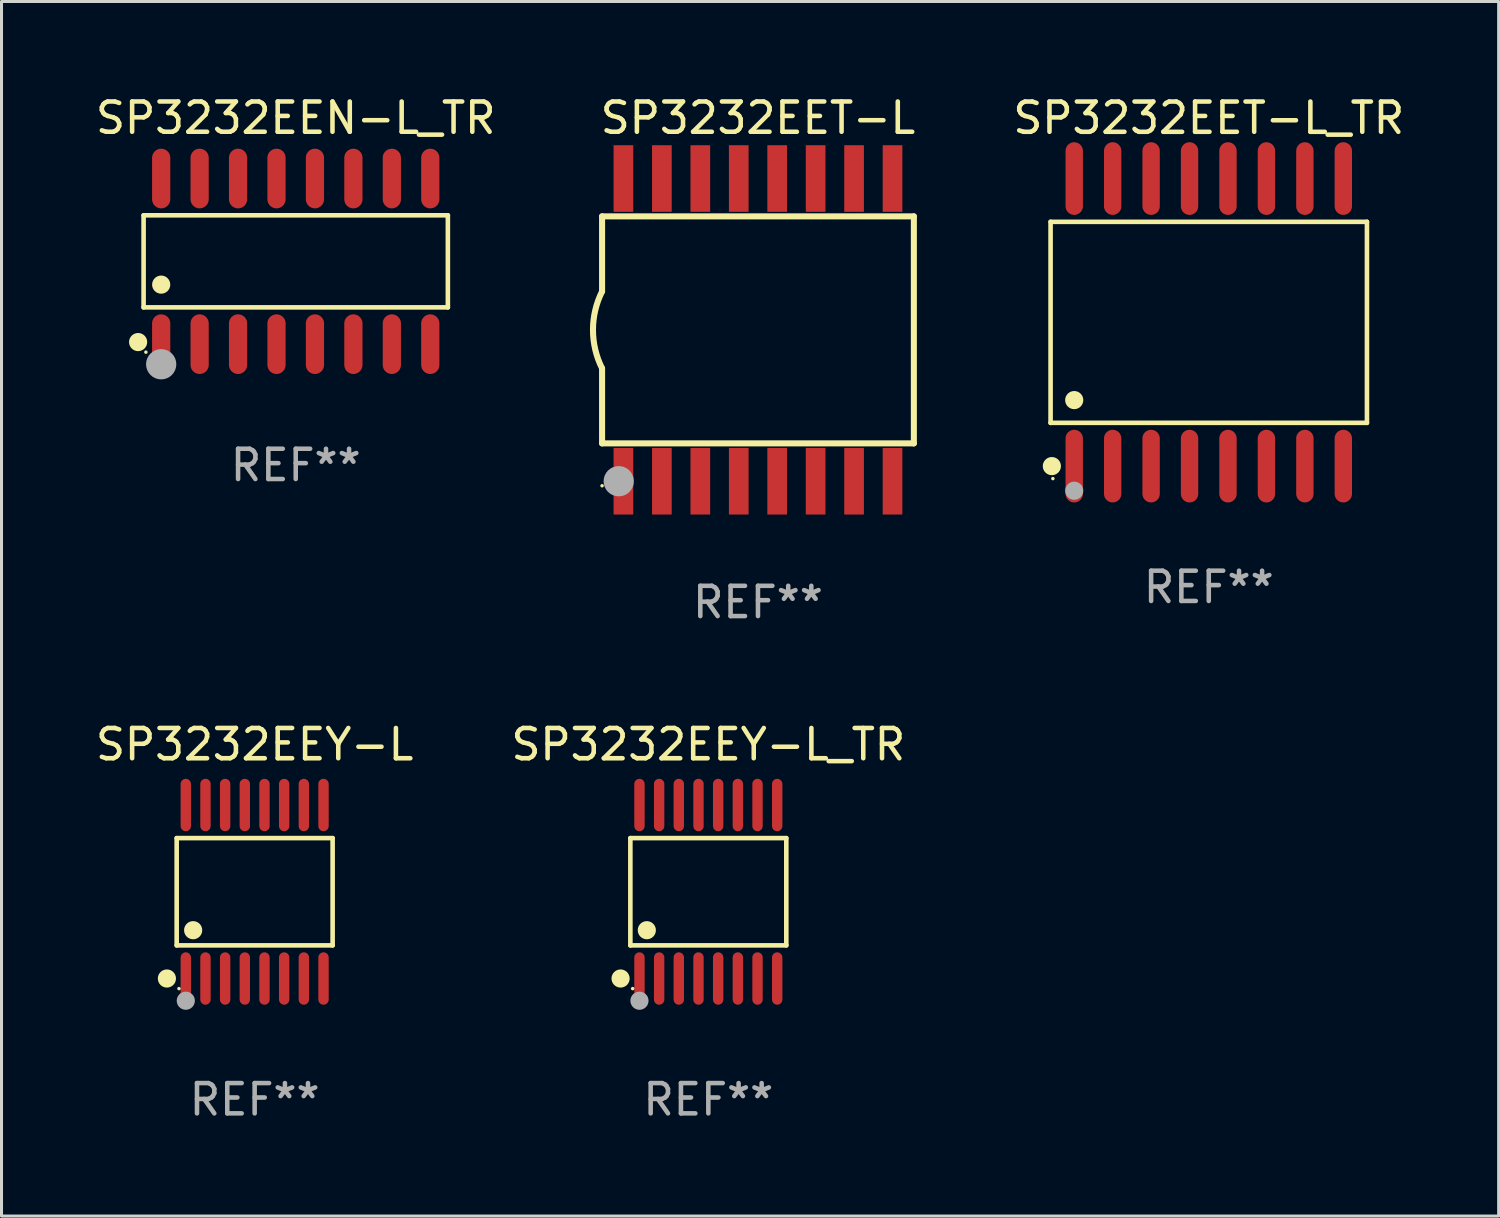
<source format=kicad_pcb>
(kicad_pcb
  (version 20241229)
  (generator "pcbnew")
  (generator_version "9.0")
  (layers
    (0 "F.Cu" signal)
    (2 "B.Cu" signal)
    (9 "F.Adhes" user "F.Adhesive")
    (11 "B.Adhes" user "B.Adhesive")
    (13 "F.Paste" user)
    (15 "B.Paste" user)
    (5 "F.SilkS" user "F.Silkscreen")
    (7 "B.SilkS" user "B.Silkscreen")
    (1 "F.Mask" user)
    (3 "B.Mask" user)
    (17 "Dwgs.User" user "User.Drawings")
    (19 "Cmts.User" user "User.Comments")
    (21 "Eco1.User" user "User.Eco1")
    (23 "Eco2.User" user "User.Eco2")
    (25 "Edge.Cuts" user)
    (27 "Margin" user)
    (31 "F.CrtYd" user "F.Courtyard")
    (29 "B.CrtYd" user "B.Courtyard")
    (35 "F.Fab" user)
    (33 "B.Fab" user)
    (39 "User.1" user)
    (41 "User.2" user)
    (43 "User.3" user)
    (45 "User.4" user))
  (footprint "SP3232EET-L_TR"
    (layer "F.Cu")
    (at 36.884 7.599)
    (property "Reference" "SP3232EET-L_TR" (at 0 -6.75 0) (layer "F.SilkS") (effects (font (size 1 1) (thickness 0.15))))
    (attr through_hole)
    (fp_line (start -5.226 -3.321) (end 5.226 -3.321) (stroke (width 0.152) (type solid)) (layer "F.SilkS"))
    (fp_line (start -5.226 3.321) (end -5.226 -3.321) (stroke (width 0.152) (type solid)) (layer "F.SilkS"))
    (fp_line (start 5.226 -3.321) (end 5.226 3.321) (stroke (width 0.152) (type solid)) (layer "F.SilkS"))
    (fp_line (start 5.226 3.321) (end -5.226 3.321) (stroke (width 0.152) (type solid)) (layer "F.SilkS"))
    (fp_circle (center -5.184 4.75) (end -5.034 4.75) (stroke (width 0.3) (type solid)) (fill no) (layer "F.SilkS"))
    (fp_circle (center -5.15 5.163) (end -5.12 5.163) (stroke (width 0.06) (type solid)) (fill no) (layer "F.SilkS"))
    (fp_circle (center -4.445 2.569) (end -4.295 2.569) (stroke (width 0.3) (type solid)) (fill no) (layer "F.SilkS"))
    (fp_circle (center -4.445 5.563) (end -4.295 5.563) (stroke (width 0.3) (type solid)) (fill no) (layer "F.Fab"))
    (fp_text user "REF**" (at 0 8.75 0) (layer "F.Fab") (effects (font (size 1 1) (thickness 0.15))))
    (pad "1" smd oval (at -4.445 4.75) (size 0.574 2.401) (layers "F.Cu" "F.Mask" "F.Paste"))
    (pad "2" smd oval (at -3.175 4.75) (size 0.574 2.401) (layers "F.Cu" "F.Mask" "F.Paste"))
    (pad "3" smd oval (at -1.905 4.75) (size 0.574 2.401) (layers "F.Cu" "F.Mask" "F.Paste"))
    (pad "4" smd oval (at -0.635 4.75) (size 0.574 2.401) (layers "F.Cu" "F.Mask" "F.Paste"))
    (pad "5" smd oval (at 0.635 4.75) (size 0.574 2.401) (layers "F.Cu" "F.Mask" "F.Paste"))
    (pad "6" smd oval (at 1.905 4.75) (size 0.574 2.401) (layers "F.Cu" "F.Mask" "F.Paste"))
    (pad "7" smd oval (at 3.175 4.75) (size 0.574 2.401) (layers "F.Cu" "F.Mask" "F.Paste"))
    (pad "8" smd oval (at 4.445 4.75) (size 0.574 2.401) (layers "F.Cu" "F.Mask" "F.Paste"))
    (pad "9" smd oval (at 4.445 -4.75) (size 0.574 2.401) (layers "F.Cu" "F.Mask" "F.Paste"))
    (pad "10" smd oval (at 3.175 -4.75) (size 0.574 2.401) (layers "F.Cu" "F.Mask" "F.Paste"))
    (pad "11" smd oval (at 1.905 -4.75) (size 0.574 2.401) (layers "F.Cu" "F.Mask" "F.Paste"))
    (pad "12" smd oval (at 0.635 -4.75) (size 0.574 2.401) (layers "F.Cu" "F.Mask" "F.Paste"))
    (pad "13" smd oval (at -0.635 -4.75) (size 0.574 2.401) (layers "F.Cu" "F.Mask" "F.Paste"))
    (pad "14" smd oval (at -1.905 -4.75) (size 0.574 2.401) (layers "F.Cu" "F.Mask" "F.Paste"))
    (pad "15" smd oval (at -3.175 -4.75) (size 0.574 2.401) (layers "F.Cu" "F.Mask" "F.Paste"))
    (pad "16" smd oval (at -4.445 -4.75) (size 0.574 2.401) (layers "F.Cu" "F.Mask" "F.Paste")))
  (footprint "SP3232EET-L"
    (layer "F.Cu")
    (at 21.991 7.848)
    (property "Reference" "SP3232EET-L" (at 0 -7 0) (layer "F.SilkS") (effects (font (size 1 1) (thickness 0.15))))
    (attr through_hole)
    (fp_line (start -5.15 -3.75) (end -5.15 -1.27) (stroke (width 0.2) (type solid)) (layer "F.SilkS"))
    (fp_line (start -5.15 -3.75) (end 5.15 -3.75) (stroke (width 0.2) (type solid)) (layer "F.SilkS"))
    (fp_line (start -5.15 3.75) (end -5.15 1.27) (stroke (width 0.2) (type solid)) (layer "F.SilkS"))
    (fp_line (start 5.15 -3.75) (end 5.15 3.75) (stroke (width 0.2) (type solid)) (layer "F.SilkS"))
    (fp_line (start 5.15 3.75) (end -5.15 3.75) (stroke (width 0.2) (type solid)) (layer "F.SilkS"))
    (fp_arc (start -5.151131 1.270003) (mid -5.450556 -0.000132) (end -5.150013 -1.270003) (stroke (width 0.2) (type solid)) (layer "F.SilkS"))
    (fp_circle (center -5.15 5.15) (end -5.12 5.15) (stroke (width 0.06) (type solid)) (fill no) (layer "F.SilkS"))
    (fp_circle (center -4.6 5) (end -4.35 5) (stroke (width 0.5) (type solid)) (fill no) (layer "F.Fab"))
    (fp_text user "REF**" (at 0 9 0) (layer "F.Fab") (effects (font (size 1 1) (thickness 0.15))))
    (pad "1" smd rect (at -4.445 5) (size 0.65 2.2) (layers "F.Cu" "F.Mask" "F.Paste"))
    (pad "2" smd rect (at -3.175 5) (size 0.65 2.2) (layers "F.Cu" "F.Mask" "F.Paste"))
    (pad "3" smd rect (at -1.905 5) (size 0.65 2.2) (layers "F.Cu" "F.Mask" "F.Paste"))
    (pad "4" smd rect (at -0.635 5) (size 0.65 2.2) (layers "F.Cu" "F.Mask" "F.Paste"))
    (pad "5" smd rect (at 0.635 5) (size 0.65 2.2) (layers "F.Cu" "F.Mask" "F.Paste"))
    (pad "6" smd rect (at 1.905 5) (size 0.65 2.2) (layers "F.Cu" "F.Mask" "F.Paste"))
    (pad "7" smd rect (at 3.175 5) (size 0.65 2.2) (layers "F.Cu" "F.Mask" "F.Paste"))
    (pad "8" smd rect (at 4.445 5) (size 0.65 2.2) (layers "F.Cu" "F.Mask" "F.Paste"))
    (pad "9" smd rect (at 4.445 -5) (size 0.65 2.2) (layers "F.Cu" "F.Mask" "F.Paste"))
    (pad "10" smd rect (at 3.175 -5) (size 0.65 2.2) (layers "F.Cu" "F.Mask" "F.Paste"))
    (pad "11" smd rect (at 1.905 -5) (size 0.65 2.2) (layers "F.Cu" "F.Mask" "F.Paste"))
    (pad "12" smd rect (at 0.635 -5) (size 0.65 2.2) (layers "F.Cu" "F.Mask" "F.Paste"))
    (pad "13" smd rect (at -0.635 -5) (size 0.65 2.2) (layers "F.Cu" "F.Mask" "F.Paste"))
    (pad "14" smd rect (at -1.905 -5) (size 0.65 2.2) (layers "F.Cu" "F.Mask" "F.Paste"))
    (pad "15" smd rect (at -3.175 -5) (size 0.65 2.2) (layers "F.Cu" "F.Mask" "F.Paste"))
    (pad "16" smd rect (at -4.445 -5) (size 0.65 2.2) (layers "F.Cu" "F.Mask" "F.Paste")))
  (footprint "SP3232EEY-L_TR"
    (layer "F.Cu")
    (at 20.351 26.411)
    (property "Reference" "SP3232EEY-L_TR" (at 0 -4.866 0) (layer "F.SilkS") (effects (font (size 1 1) (thickness 0.15))))
    (attr through_hole)
    (fp_line (start -2.576 -1.772) (end 2.576 -1.772) (stroke (width 0.152) (type solid)) (layer "F.SilkS"))
    (fp_line (start -2.576 1.771) (end -2.576 -1.772) (stroke (width 0.152) (type solid)) (layer "F.SilkS"))
    (fp_line (start 2.576 -1.772) (end 2.576 1.771) (stroke (width 0.152) (type solid)) (layer "F.SilkS"))
    (fp_line (start 2.576 1.771) (end -2.576 1.771) (stroke (width 0.152) (type solid)) (layer "F.SilkS"))
    (fp_circle (center -2.899 2.866) (end -2.749 2.866) (stroke (width 0.3) (type solid)) (fill no) (layer "F.SilkS"))
    (fp_circle (center -2.5 3.2) (end -2.47 3.2) (stroke (width 0.06) (type solid)) (fill no) (layer "F.SilkS"))
    (fp_circle (center -2.032 1.27) (end -1.882 1.27) (stroke (width 0.3) (type solid)) (fill no) (layer "F.SilkS"))
    (fp_circle (center -2.275 3.6) (end -2.125 3.6) (stroke (width 0.3) (type solid)) (fill no) (layer "F.Fab"))
    (fp_text user "REF**" (at 0 6.866 0) (layer "F.Fab") (effects (font (size 1 1) (thickness 0.15))))
    (pad "1" smd oval (at -2.275 2.866) (size 0.343 1.731) (layers "F.Cu" "F.Mask" "F.Paste"))
    (pad "2" smd oval (at -1.625 2.866) (size 0.343 1.731) (layers "F.Cu" "F.Mask" "F.Paste"))
    (pad "3" smd oval (at -0.975 2.866) (size 0.343 1.731) (layers "F.Cu" "F.Mask" "F.Paste"))
    (pad "4" smd oval (at -0.325 2.866) (size 0.343 1.731) (layers "F.Cu" "F.Mask" "F.Paste"))
    (pad "5" smd oval (at 0.325 2.866) (size 0.343 1.731) (layers "F.Cu" "F.Mask" "F.Paste"))
    (pad "6" smd oval (at 0.975 2.866) (size 0.343 1.731) (layers "F.Cu" "F.Mask" "F.Paste"))
    (pad "7" smd oval (at 1.625 2.866) (size 0.343 1.731) (layers "F.Cu" "F.Mask" "F.Paste"))
    (pad "8" smd oval (at 2.275 2.866) (size 0.343 1.731) (layers "F.Cu" "F.Mask" "F.Paste"))
    (pad "9" smd oval (at 2.275 -2.866) (size 0.343 1.731) (layers "F.Cu" "F.Mask" "F.Paste"))
    (pad "10" smd oval (at 1.625 -2.866) (size 0.343 1.731) (layers "F.Cu" "F.Mask" "F.Paste"))
    (pad "11" smd oval (at 0.975 -2.866) (size 0.343 1.731) (layers "F.Cu" "F.Mask" "F.Paste"))
    (pad "12" smd oval (at 0.325 -2.866) (size 0.343 1.731) (layers "F.Cu" "F.Mask" "F.Paste"))
    (pad "13" smd oval (at -0.325 -2.866) (size 0.343 1.731) (layers "F.Cu" "F.Mask" "F.Paste"))
    (pad "14" smd oval (at -0.975 -2.866) (size 0.343 1.731) (layers "F.Cu" "F.Mask" "F.Paste"))
    (pad "15" smd oval (at -1.625 -2.866) (size 0.343 1.731) (layers "F.Cu" "F.Mask" "F.Paste"))
    (pad "16" smd oval (at -2.275 -2.866) (size 0.343 1.731) (layers "F.Cu" "F.Mask" "F.Paste")))
  (footprint "SP3232EEY-L"
    (layer "F.Cu")
    (at 5.363 26.411)
    (property "Reference" "SP3232EEY-L" (at 0 -4.866 0) (layer "F.SilkS") (effects (font (size 1 1) (thickness 0.15))))
    (attr through_hole)
    (fp_line (start -2.576 -1.772) (end 2.576 -1.772) (stroke (width 0.152) (type solid)) (layer "F.SilkS"))
    (fp_line (start -2.576 1.771) (end -2.576 -1.772) (stroke (width 0.152) (type solid)) (layer "F.SilkS"))
    (fp_line (start 2.576 -1.772) (end 2.576 1.771) (stroke (width 0.152) (type solid)) (layer "F.SilkS"))
    (fp_line (start 2.576 1.771) (end -2.576 1.771) (stroke (width 0.152) (type solid)) (layer "F.SilkS"))
    (fp_circle (center -2.899 2.866) (end -2.749 2.866) (stroke (width 0.3) (type solid)) (fill no) (layer "F.SilkS"))
    (fp_circle (center -2.5 3.2) (end -2.47 3.2) (stroke (width 0.06) (type solid)) (fill no) (layer "F.SilkS"))
    (fp_circle (center -2.032 1.27) (end -1.882 1.27) (stroke (width 0.3) (type solid)) (fill no) (layer "F.SilkS"))
    (fp_circle (center -2.275 3.6) (end -2.125 3.6) (stroke (width 0.3) (type solid)) (fill no) (layer "F.Fab"))
    (fp_text user "REF**" (at 0 6.866 0) (layer "F.Fab") (effects (font (size 1 1) (thickness 0.15))))
    (pad "1" smd oval (at -2.275 2.866) (size 0.343 1.731) (layers "F.Cu" "F.Mask" "F.Paste"))
    (pad "2" smd oval (at -1.625 2.866) (size 0.343 1.731) (layers "F.Cu" "F.Mask" "F.Paste"))
    (pad "3" smd oval (at -0.975 2.866) (size 0.343 1.731) (layers "F.Cu" "F.Mask" "F.Paste"))
    (pad "4" smd oval (at -0.325 2.866) (size 0.343 1.731) (layers "F.Cu" "F.Mask" "F.Paste"))
    (pad "5" smd oval (at 0.325 2.866) (size 0.343 1.731) (layers "F.Cu" "F.Mask" "F.Paste"))
    (pad "6" smd oval (at 0.975 2.866) (size 0.343 1.731) (layers "F.Cu" "F.Mask" "F.Paste"))
    (pad "7" smd oval (at 1.625 2.866) (size 0.343 1.731) (layers "F.Cu" "F.Mask" "F.Paste"))
    (pad "8" smd oval (at 2.275 2.866) (size 0.343 1.731) (layers "F.Cu" "F.Mask" "F.Paste"))
    (pad "9" smd oval (at 2.275 -2.866) (size 0.343 1.731) (layers "F.Cu" "F.Mask" "F.Paste"))
    (pad "10" smd oval (at 1.625 -2.866) (size 0.343 1.731) (layers "F.Cu" "F.Mask" "F.Paste"))
    (pad "11" smd oval (at 0.975 -2.866) (size 0.343 1.731) (layers "F.Cu" "F.Mask" "F.Paste"))
    (pad "12" smd oval (at 0.325 -2.866) (size 0.343 1.731) (layers "F.Cu" "F.Mask" "F.Paste"))
    (pad "13" smd oval (at -0.325 -2.866) (size 0.343 1.731) (layers "F.Cu" "F.Mask" "F.Paste"))
    (pad "14" smd oval (at -0.975 -2.866) (size 0.343 1.731) (layers "F.Cu" "F.Mask" "F.Paste"))
    (pad "15" smd oval (at -1.625 -2.866) (size 0.343 1.731) (layers "F.Cu" "F.Mask" "F.Paste"))
    (pad "16" smd oval (at -2.275 -2.866) (size 0.343 1.731) (layers "F.Cu" "F.Mask" "F.Paste")))
  (footprint "SP3232EEN-L_TR"
    (layer "F.Cu")
    (at 6.72 5.584)
    (property "Reference" "SP3232EEN-L_TR" (at 0 -4.736 0) (layer "F.SilkS") (effects (font (size 1 1) (thickness 0.15))))
    (attr through_hole)
    (fp_line (start -5.026 -1.521) (end 5.026 -1.521) (stroke (width 0.152) (type solid)) (layer "F.SilkS"))
    (fp_line (start -5.026 1.521) (end -5.026 -1.521) (stroke (width 0.152) (type solid)) (layer "F.SilkS"))
    (fp_line (start 5.026 -1.521) (end 5.026 1.521) (stroke (width 0.152) (type solid)) (layer "F.SilkS"))
    (fp_line (start 5.026 1.521) (end -5.026 1.521) (stroke (width 0.152) (type solid)) (layer "F.SilkS"))
    (fp_circle (center -5.207 2.667) (end -5.057 2.667) (stroke (width 0.3) (type solid)) (fill no) (layer "F.SilkS"))
    (fp_circle (center -4.95 3) (end -4.92 3) (stroke (width 0.06) (type solid)) (fill no) (layer "F.SilkS"))
    (fp_circle (center -4.445 0.769) (end -4.295 0.769) (stroke (width 0.3) (type solid)) (fill no) (layer "F.SilkS"))
    (fp_circle (center -4.445 3.4) (end -4.195 3.4) (stroke (width 0.5) (type solid)) (fill no) (layer "F.Fab"))
    (fp_text user "REF**" (at 0 6.736 0) (layer "F.Fab") (effects (font (size 1 1) (thickness 0.15))))
    (pad "1" smd oval (at -4.445 2.736) (size 0.602 1.971) (layers "F.Cu" "F.Mask" "F.Paste"))
    (pad "2" smd oval (at -3.175 2.736) (size 0.602 1.971) (layers "F.Cu" "F.Mask" "F.Paste"))
    (pad "3" smd oval (at -1.905 2.736) (size 0.602 1.971) (layers "F.Cu" "F.Mask" "F.Paste"))
    (pad "4" smd oval (at -0.635 2.736) (size 0.602 1.971) (layers "F.Cu" "F.Mask" "F.Paste"))
    (pad "5" smd oval (at 0.635 2.736) (size 0.602 1.971) (layers "F.Cu" "F.Mask" "F.Paste"))
    (pad "6" smd oval (at 1.905 2.736) (size 0.602 1.971) (layers "F.Cu" "F.Mask" "F.Paste"))
    (pad "7" smd oval (at 3.175 2.736) (size 0.602 1.971) (layers "F.Cu" "F.Mask" "F.Paste"))
    (pad "8" smd oval (at 4.445 2.736) (size 0.602 1.971) (layers "F.Cu" "F.Mask" "F.Paste"))
    (pad "9" smd oval (at 4.445 -2.736) (size 0.602 1.971) (layers "F.Cu" "F.Mask" "F.Paste"))
    (pad "10" smd oval (at 3.175 -2.736) (size 0.602 1.971) (layers "F.Cu" "F.Mask" "F.Paste"))
    (pad "11" smd oval (at 1.905 -2.736) (size 0.602 1.971) (layers "F.Cu" "F.Mask" "F.Paste"))
    (pad "12" smd oval (at 0.635 -2.736) (size 0.602 1.971) (layers "F.Cu" "F.Mask" "F.Paste"))
    (pad "13" smd oval (at -0.635 -2.736) (size 0.602 1.971) (layers "F.Cu" "F.Mask" "F.Paste"))
    (pad "14" smd oval (at -1.905 -2.736) (size 0.602 1.971) (layers "F.Cu" "F.Mask" "F.Paste"))
    (pad "15" smd oval (at -3.175 -2.736) (size 0.602 1.971) (layers "F.Cu" "F.Mask" "F.Paste"))
    (pad "16" smd oval (at -4.445 -2.736) (size 0.602 1.971) (layers "F.Cu" "F.Mask" "F.Paste")))
  (gr_rect
    (start -3 -3)
    (end 46.461 37.125)
    (stroke (width 0.1) (type default))
    (fill no)
    (layer "Edge.Cuts")))
</source>
